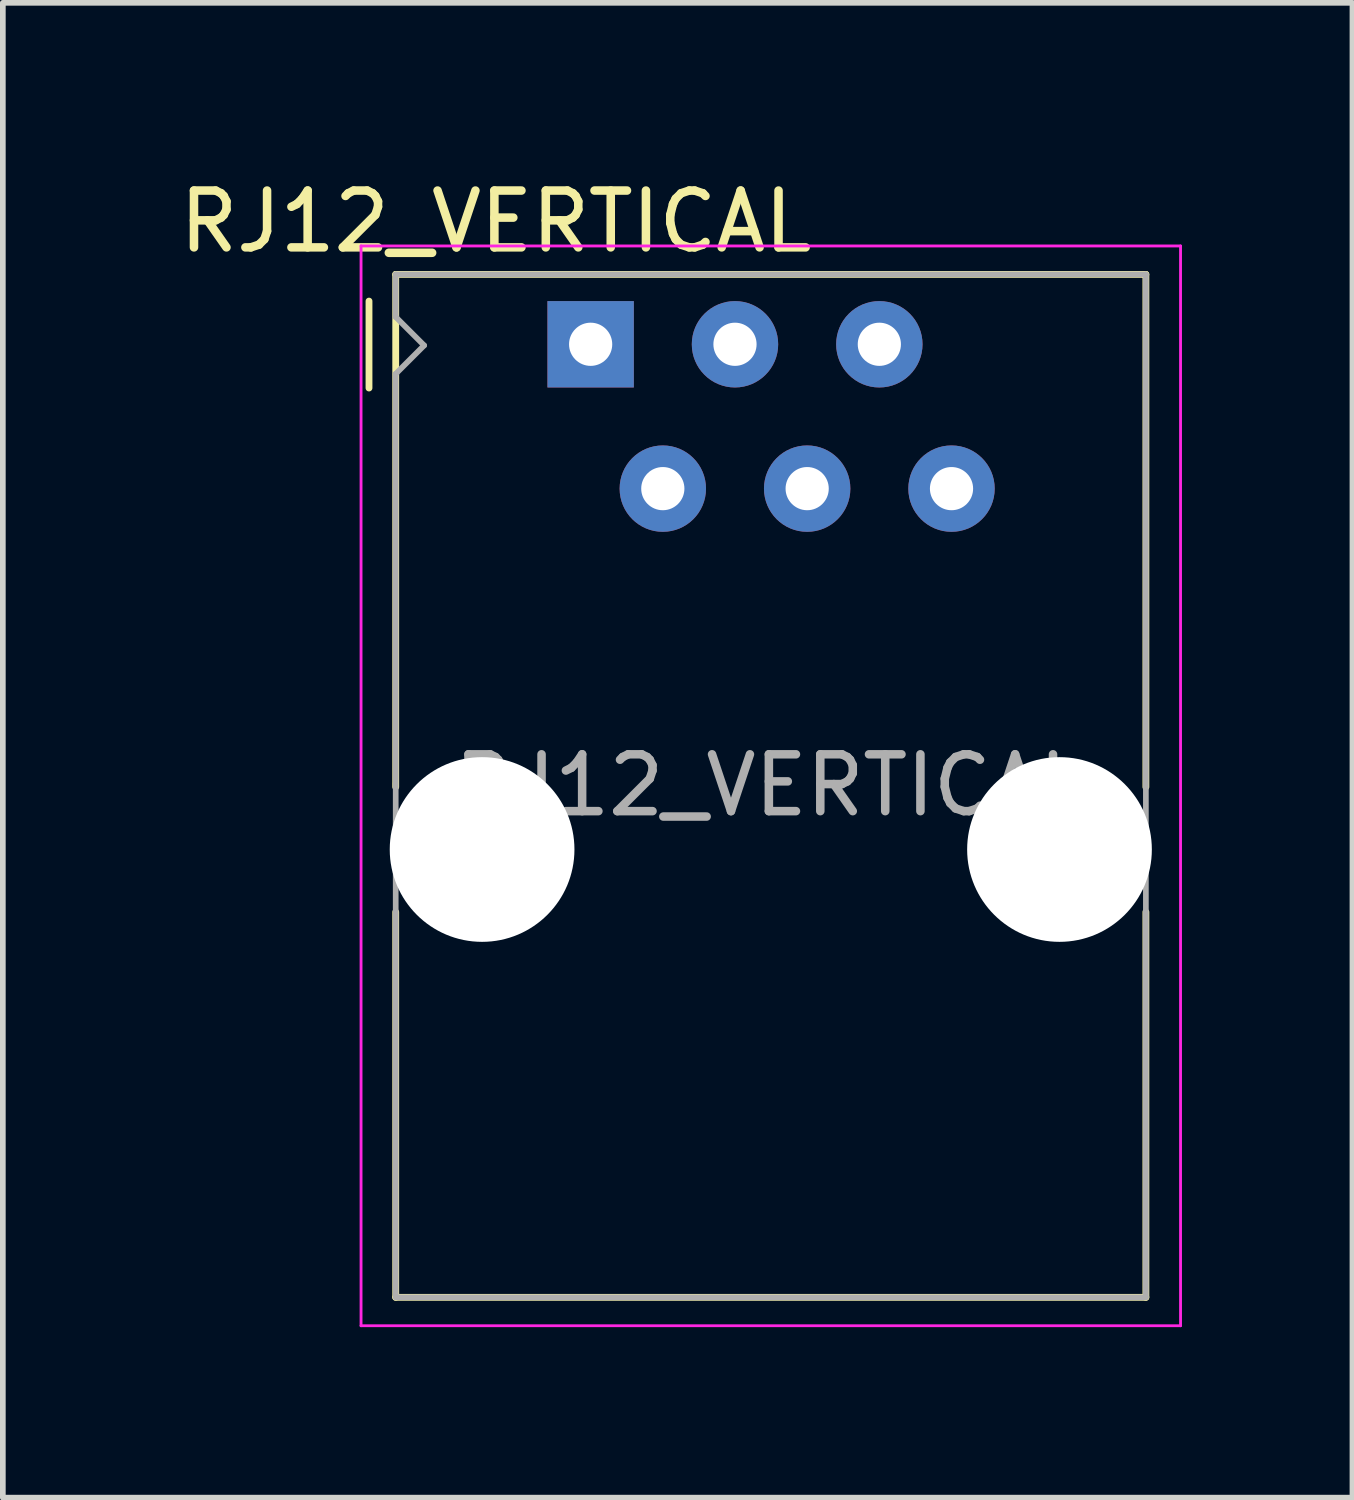
<source format=kicad_pcb>
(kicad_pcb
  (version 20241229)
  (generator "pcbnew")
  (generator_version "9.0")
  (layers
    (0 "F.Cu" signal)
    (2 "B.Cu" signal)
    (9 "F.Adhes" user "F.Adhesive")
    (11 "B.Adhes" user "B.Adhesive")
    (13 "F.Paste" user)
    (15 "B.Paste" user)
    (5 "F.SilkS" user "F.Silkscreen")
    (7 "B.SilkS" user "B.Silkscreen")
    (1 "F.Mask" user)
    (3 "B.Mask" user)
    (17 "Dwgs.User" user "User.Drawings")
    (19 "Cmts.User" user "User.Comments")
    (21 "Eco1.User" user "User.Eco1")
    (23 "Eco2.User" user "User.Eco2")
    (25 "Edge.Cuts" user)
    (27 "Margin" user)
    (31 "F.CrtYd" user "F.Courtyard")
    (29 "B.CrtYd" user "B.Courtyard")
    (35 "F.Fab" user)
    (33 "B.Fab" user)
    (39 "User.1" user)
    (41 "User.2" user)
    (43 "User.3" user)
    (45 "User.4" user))
  (footprint "RJ12_VERTICAL"
    (layer "F.Cu")
    (at 10.513 10.778)
    (property "Reference" "RJ12_VERTICAL" (at -4.84 -9.93 0) (layer "F.SilkS") (effects (font (size 1 1) (thickness 0.15))))
    (attr through_hole)
    (fp_line (start -7.07 -7) (end -7.07 -8.53) (stroke (width 0.12) (type solid)) (layer "F.SilkS"))
    (fp_line (start -6.6 -9) (end 6.6 -9) (stroke (width 0.12) (type solid)) (layer "F.SilkS"))
    (fp_line (start -6.6 -0.05) (end -6.6 0.02) (stroke (width 0.1) (type solid)) (layer "F.SilkS"))
    (fp_line (start -6.6 0.02) (end -6.6 -9) (stroke (width 0.12) (type solid)) (layer "F.SilkS"))
    (fp_line (start -6.6 9) (end -6.6 2.22) (stroke (width 0.12) (type solid)) (layer "F.SilkS"))
    (fp_line (start 6.6 -9) (end 6.6 0.02) (stroke (width 0.12) (type solid)) (layer "F.SilkS"))
    (fp_line (start 6.6 8.88) (end 6.6 9) (stroke (width 0.1) (type solid)) (layer "F.SilkS"))
    (fp_line (start 6.6 8.99) (end 6.6 9) (stroke (width 0.1) (type solid)) (layer "F.SilkS"))
    (fp_line (start 6.6 9) (end -6.6 9) (stroke (width 0.12) (type solid)) (layer "F.SilkS"))
    (fp_line (start 6.6 9) (end 6.6 2.22) (stroke (width 0.12) (type solid)) (layer "F.SilkS"))
    (fp_line (start -7.21 -9.5) (end 7.21 -9.5) (stroke (width 0.05) (type solid)) (layer "F.CrtYd"))
    (fp_line (start -7.21 9.5) (end -7.21 -9.5) (stroke (width 0.05) (type solid)) (layer "F.CrtYd"))
    (fp_line (start 7.21 -9.5) (end 7.21 9.5) (stroke (width 0.05) (type solid)) (layer "F.CrtYd"))
    (fp_line (start 7.21 9.5) (end -7.21 9.5) (stroke (width 0.05) (type solid)) (layer "F.CrtYd"))
    (fp_line (start -6.6 -9) (end 6.6 -9) (stroke (width 0.1) (type solid)) (layer "F.Fab"))
    (fp_line (start -6.6 -8.25) (end -6.6 -9) (stroke (width 0.1) (type solid)) (layer "F.Fab"))
    (fp_line (start -6.6 -7.25) (end -6.1 -7.75) (stroke (width 0.1) (type solid)) (layer "F.Fab"))
    (fp_line (start -6.6 9) (end -6.6 -7.25) (stroke (width 0.1) (type solid)) (layer "F.Fab"))
    (fp_line (start -6.1 -7.75) (end -6.6 -8.25) (stroke (width 0.1) (type solid)) (layer "F.Fab"))
    (fp_line (start 6.6 -9) (end 6.6 9) (stroke (width 0.1) (type solid)) (layer "F.Fab"))
    (fp_line (start 6.6 9) (end -6.6 9) (stroke (width 0.1) (type solid)) (layer "F.Fab"))
    (fp_text user "${REFERENCE}" (at -0.01 -0.01 0) (layer "F.Fab") (effects (font (size 1 1) (thickness 0.15))))
    (pad "" np_thru_hole circle (at -5.08 1.12) (size 3.25 3.25) (drill 3.25) (layers "*.Cu" "*.Mask"))
    (pad "" np_thru_hole circle (at 5.08 1.12) (size 3.25 3.25) (drill 3.25) (layers "*.Cu" "*.Mask"))
    (pad "1" thru_hole rect (at -3.17 -7.77) (size 1.52 1.52) (drill 0.76) (layers "*.Cu" "*.Mask"))
    (pad "2" thru_hole circle (at -1.9 -5.23) (size 1.52 1.52) (drill 0.76) (layers "*.Cu" "*.Mask"))
    (pad "3" thru_hole circle (at -0.63 -7.77) (size 1.52 1.52) (drill 0.76) (layers "*.Cu" "*.Mask"))
    (pad "4" thru_hole circle (at 0.64 -5.23) (size 1.52 1.52) (drill 0.76) (layers "*.Cu" "*.Mask"))
    (pad "5" thru_hole circle (at 1.91 -7.77) (size 1.52 1.52) (drill 0.76) (layers "*.Cu" "*.Mask"))
    (pad "6" thru_hole circle (at 3.18 -5.23) (size 1.52 1.52) (drill 0.76) (layers "*.Cu" "*.Mask")))
  (gr_rect
    (start -3 -3)
    (end 20.748 23.303)
    (stroke (width 0.1) (type default))
    (fill no)
    (layer "Edge.Cuts")))
</source>
